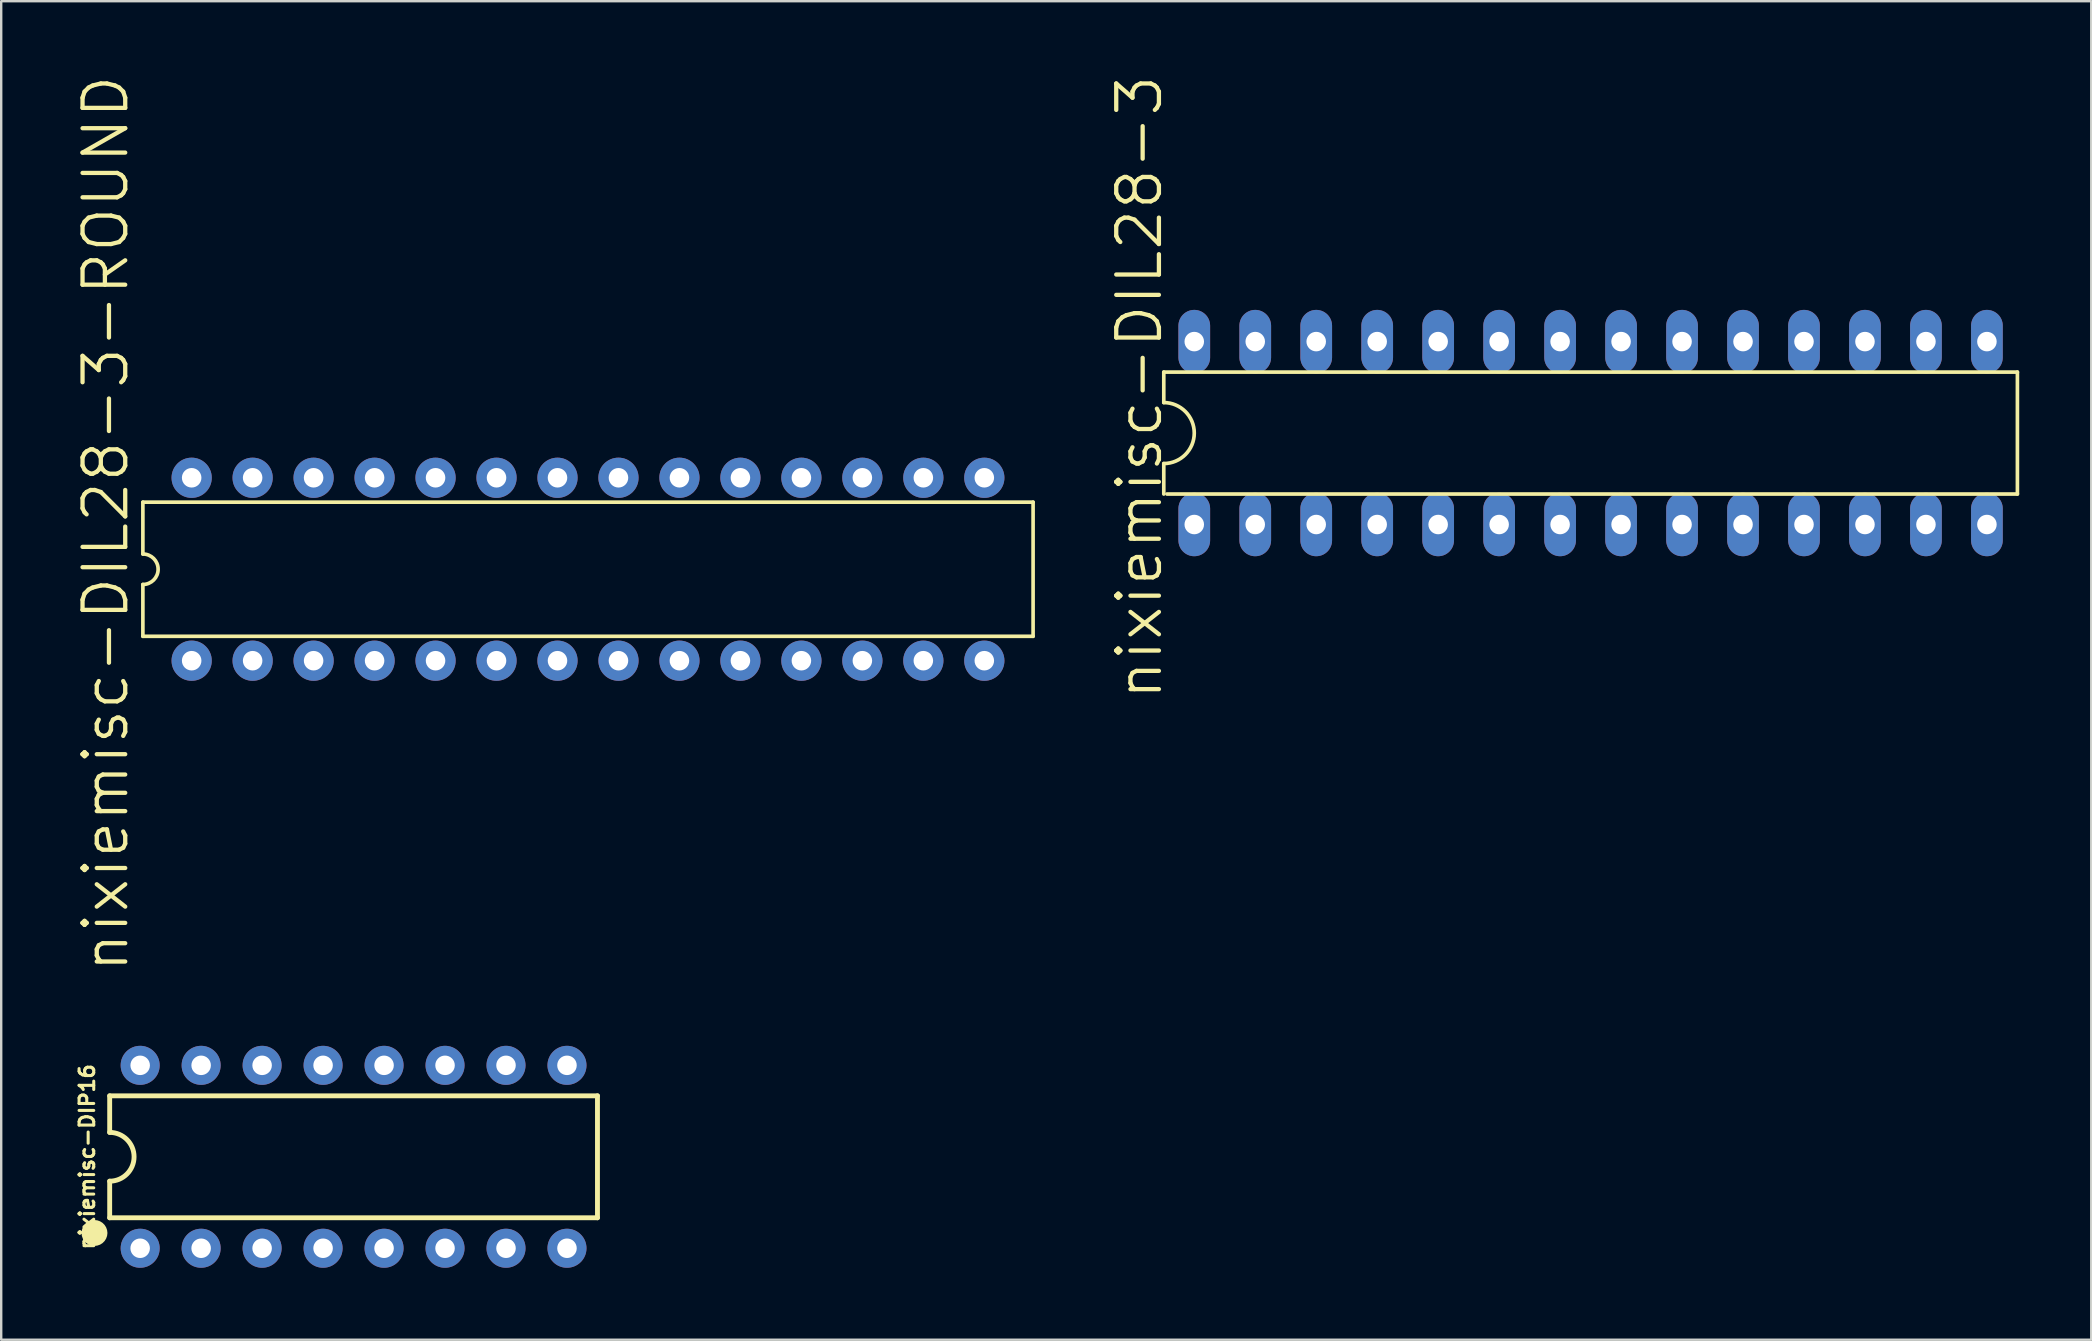
<source format=kicad_pcb>
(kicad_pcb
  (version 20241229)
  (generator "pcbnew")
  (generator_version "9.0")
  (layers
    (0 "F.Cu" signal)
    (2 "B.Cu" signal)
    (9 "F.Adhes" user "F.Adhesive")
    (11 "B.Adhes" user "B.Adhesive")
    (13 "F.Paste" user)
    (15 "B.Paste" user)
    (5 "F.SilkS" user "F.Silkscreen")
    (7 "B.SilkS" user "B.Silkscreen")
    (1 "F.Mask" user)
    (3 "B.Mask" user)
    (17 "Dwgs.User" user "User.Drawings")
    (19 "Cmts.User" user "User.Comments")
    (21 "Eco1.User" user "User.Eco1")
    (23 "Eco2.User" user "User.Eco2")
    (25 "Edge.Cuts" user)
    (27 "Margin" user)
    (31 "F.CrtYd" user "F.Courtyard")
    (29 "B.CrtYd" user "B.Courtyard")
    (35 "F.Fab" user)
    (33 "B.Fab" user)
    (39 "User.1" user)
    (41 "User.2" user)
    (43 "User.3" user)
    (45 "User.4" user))
  (footprint "nixiemisc-DIL28-3"
    (layer "F.Cu")
    (at 63.21 14.99)
    (property "Reference" "nixiemisc-DIL28-3" (at -18.796 -1.905 90) (layer "F.SilkS") (effects (font (size 1.778 1.778) (thickness 0.178))))
    (attr exclude_from_pos_files exclude_from_bom)
    (fp_line (start -17.78 -2.54) (end -17.78 -1.27) (stroke (width 0.152) (type solid)) (layer "F.SilkS"))
    (fp_line (start -17.78 -2.54) (end 17.78 -2.54) (stroke (width 0.152) (type solid)) (layer "F.SilkS"))
    (fp_line (start -17.78 1.27) (end -17.78 2.54) (stroke (width 0.152) (type solid)) (layer "F.SilkS"))
    (fp_line (start -17.65 2.54) (end 17.78 2.54) (stroke (width 0.152) (type solid)) (layer "F.SilkS"))
    (fp_line (start 17.78 2.54) (end 17.78 -2.54) (stroke (width 0.152) (type solid)) (layer "F.SilkS"))
    (fp_arc (start -17.78 -1.27) (mid -16.51 0) (end -17.78 1.27) (stroke (width 0.1524) (type solid)) (layer "F.SilkS"))
    (pad "1" thru_hole oval (at -16.51 3.81 180) (size 1.321 2.642) (drill 0.813) (layers "*.Cu" "*.Mask"))
    (pad "2" thru_hole oval (at -13.97 3.81 180) (size 1.321 2.642) (drill 0.813) (layers "*.Cu" "*.Mask"))
    (pad "3" thru_hole oval (at -11.43 3.81 180) (size 1.321 2.642) (drill 0.813) (layers "*.Cu" "*.Mask"))
    (pad "4" thru_hole oval (at -8.89 3.81 180) (size 1.321 2.642) (drill 0.813) (layers "*.Cu" "*.Mask"))
    (pad "5" thru_hole oval (at -6.35 3.81 180) (size 1.321 2.642) (drill 0.813) (layers "*.Cu" "*.Mask"))
    (pad "6" thru_hole oval (at -3.81 3.81 180) (size 1.321 2.642) (drill 0.813) (layers "*.Cu" "*.Mask"))
    (pad "7" thru_hole oval (at -1.27 3.81 180) (size 1.321 2.642) (drill 0.813) (layers "*.Cu" "*.Mask"))
    (pad "8" thru_hole oval (at 1.27 3.81 180) (size 1.321 2.642) (drill 0.813) (layers "*.Cu" "*.Mask"))
    (pad "9" thru_hole oval (at 3.81 3.81 180) (size 1.321 2.642) (drill 0.813) (layers "*.Cu" "*.Mask"))
    (pad "10" thru_hole oval (at 6.35 3.81 180) (size 1.321 2.642) (drill 0.813) (layers "*.Cu" "*.Mask"))
    (pad "11" thru_hole oval (at 8.89 3.81 180) (size 1.321 2.642) (drill 0.813) (layers "*.Cu" "*.Mask"))
    (pad "12" thru_hole oval (at 11.43 3.81 180) (size 1.321 2.642) (drill 0.813) (layers "*.Cu" "*.Mask"))
    (pad "13" thru_hole oval (at 13.97 3.81 180) (size 1.321 2.642) (drill 0.813) (layers "*.Cu" "*.Mask"))
    (pad "14" thru_hole oval (at 16.51 3.81 180) (size 1.321 2.642) (drill 0.813) (layers "*.Cu" "*.Mask"))
    (pad "15" thru_hole oval (at 16.51 -3.81 180) (size 1.321 2.642) (drill 0.813) (layers "*.Cu" "*.Mask"))
    (pad "16" thru_hole oval (at 13.97 -3.81 180) (size 1.321 2.642) (drill 0.813) (layers "*.Cu" "*.Mask"))
    (pad "17" thru_hole oval (at 11.43 -3.81 180) (size 1.321 2.642) (drill 0.813) (layers "*.Cu" "*.Mask"))
    (pad "18" thru_hole oval (at 8.89 -3.81 180) (size 1.321 2.642) (drill 0.813) (layers "*.Cu" "*.Mask"))
    (pad "19" thru_hole oval (at 6.35 -3.81 180) (size 1.321 2.642) (drill 0.813) (layers "*.Cu" "*.Mask"))
    (pad "20" thru_hole oval (at 3.81 -3.81 180) (size 1.321 2.642) (drill 0.813) (layers "*.Cu" "*.Mask"))
    (pad "21" thru_hole oval (at 1.27 -3.81 180) (size 1.321 2.642) (drill 0.813) (layers "*.Cu" "*.Mask"))
    (pad "22" thru_hole oval (at -1.27 -3.81 180) (size 1.321 2.642) (drill 0.813) (layers "*.Cu" "*.Mask"))
    (pad "23" thru_hole oval (at -3.81 -3.81 180) (size 1.321 2.642) (drill 0.813) (layers "*.Cu" "*.Mask"))
    (pad "24" thru_hole oval (at -6.35 -3.81 180) (size 1.321 2.642) (drill 0.813) (layers "*.Cu" "*.Mask"))
    (pad "25" thru_hole oval (at -8.89 -3.81 180) (size 1.321 2.642) (drill 0.813) (layers "*.Cu" "*.Mask"))
    (pad "26" thru_hole oval (at -11.43 -3.81 180) (size 1.321 2.642) (drill 0.813) (layers "*.Cu" "*.Mask"))
    (pad "27" thru_hole oval (at -13.97 -3.81 180) (size 1.321 2.642) (drill 0.813) (layers "*.Cu" "*.Mask"))
    (pad "28" thru_hole oval (at -16.51 -3.81 180) (size 1.321 2.642) (drill 0.813) (layers "*.Cu" "*.Mask")))
  (footprint "nixiemisc-DIL28-3-ROUND"
    (layer "F.Cu")
    (at 21.444 20.663)
    (property "Reference" "nixiemisc-DIL28-3-ROUND" (at -20.091 -1.905 90) (layer "F.SilkS") (effects (font (size 1.778 1.778) (thickness 0.178))))
    (attr exclude_from_pos_files exclude_from_bom)
    (fp_line (start -18.542 -2.794) (end -18.542 -0.635) (stroke (width 0.152) (type solid)) (layer "F.SilkS"))
    (fp_line (start -18.542 -2.794) (end 18.542 -2.794) (stroke (width 0.152) (type solid)) (layer "F.SilkS"))
    (fp_line (start -18.542 0.635) (end -18.542 2.794) (stroke (width 0.152) (type solid)) (layer "F.SilkS"))
    (fp_line (start -18.542 2.794) (end 18.542 2.794) (stroke (width 0.152) (type solid)) (layer "F.SilkS"))
    (fp_line (start 18.542 -2.794) (end 18.542 2.794) (stroke (width 0.152) (type solid)) (layer "F.SilkS"))
    (fp_arc (start -18.542 -0.635) (mid -17.907 0) (end -18.542 0.635) (stroke (width 0.1524) (type solid)) (layer "F.SilkS"))
    (pad "1" thru_hole circle (at -16.51 3.81) (size 1.676 1.676) (drill 0.813) (layers "*.Cu" "*.Mask"))
    (pad "2" thru_hole circle (at -13.97 3.81) (size 1.676 1.676) (drill 0.813) (layers "*.Cu" "*.Mask"))
    (pad "3" thru_hole circle (at -11.43 3.81) (size 1.676 1.676) (drill 0.813) (layers "*.Cu" "*.Mask"))
    (pad "4" thru_hole circle (at -8.89 3.81) (size 1.676 1.676) (drill 0.813) (layers "*.Cu" "*.Mask"))
    (pad "5" thru_hole circle (at -6.35 3.81) (size 1.676 1.676) (drill 0.813) (layers "*.Cu" "*.Mask"))
    (pad "6" thru_hole circle (at -3.81 3.81) (size 1.676 1.676) (drill 0.813) (layers "*.Cu" "*.Mask"))
    (pad "7" thru_hole circle (at -1.27 3.81) (size 1.676 1.676) (drill 0.813) (layers "*.Cu" "*.Mask"))
    (pad "8" thru_hole circle (at 1.27 3.81) (size 1.676 1.676) (drill 0.813) (layers "*.Cu" "*.Mask"))
    (pad "9" thru_hole circle (at 3.81 3.81) (size 1.676 1.676) (drill 0.813) (layers "*.Cu" "*.Mask"))
    (pad "10" thru_hole circle (at 6.35 3.81) (size 1.676 1.676) (drill 0.813) (layers "*.Cu" "*.Mask"))
    (pad "11" thru_hole circle (at 8.89 3.81) (size 1.676 1.676) (drill 0.813) (layers "*.Cu" "*.Mask"))
    (pad "12" thru_hole circle (at 11.43 3.81) (size 1.676 1.676) (drill 0.813) (layers "*.Cu" "*.Mask"))
    (pad "13" thru_hole circle (at 13.97 3.81) (size 1.676 1.676) (drill 0.813) (layers "*.Cu" "*.Mask"))
    (pad "14" thru_hole circle (at 16.51 3.81) (size 1.676 1.676) (drill 0.813) (layers "*.Cu" "*.Mask"))
    (pad "15" thru_hole circle (at 16.51 -3.81) (size 1.676 1.676) (drill 0.813) (layers "*.Cu" "*.Mask"))
    (pad "16" thru_hole circle (at 13.97 -3.81) (size 1.676 1.676) (drill 0.813) (layers "*.Cu" "*.Mask"))
    (pad "17" thru_hole circle (at 11.43 -3.81) (size 1.676 1.676) (drill 0.813) (layers "*.Cu" "*.Mask"))
    (pad "18" thru_hole circle (at 8.89 -3.81) (size 1.676 1.676) (drill 0.813) (layers "*.Cu" "*.Mask"))
    (pad "19" thru_hole circle (at 6.35 -3.81) (size 1.676 1.676) (drill 0.813) (layers "*.Cu" "*.Mask"))
    (pad "20" thru_hole circle (at 3.81 -3.81) (size 1.676 1.676) (drill 0.813) (layers "*.Cu" "*.Mask"))
    (pad "21" thru_hole circle (at 1.27 -3.81) (size 1.676 1.676) (drill 0.813) (layers "*.Cu" "*.Mask"))
    (pad "22" thru_hole circle (at -1.27 -3.81) (size 1.676 1.676) (drill 0.813) (layers "*.Cu" "*.Mask"))
    (pad "23" thru_hole circle (at -3.81 -3.81) (size 1.676 1.676) (drill 0.813) (layers "*.Cu" "*.Mask"))
    (pad "24" thru_hole circle (at -6.35 -3.81) (size 1.676 1.676) (drill 0.813) (layers "*.Cu" "*.Mask"))
    (pad "25" thru_hole circle (at -8.89 -3.81) (size 1.676 1.676) (drill 0.813) (layers "*.Cu" "*.Mask"))
    (pad "26" thru_hole circle (at -11.43 -3.81) (size 1.676 1.676) (drill 0.813) (layers "*.Cu" "*.Mask"))
    (pad "27" thru_hole circle (at -13.97 -3.81) (size 1.676 1.676) (drill 0.813) (layers "*.Cu" "*.Mask"))
    (pad "28" thru_hole circle (at -16.51 -3.81) (size 1.676 1.676) (drill 0.813) (layers "*.Cu" "*.Mask")))
  (footprint "nixiemisc-DIP16"
    (layer "F.Cu")
    (at 11.679 45.139)
    (property "Reference" "nixiemisc-DIP16" (at -11.1 0 90) (layer "F.SilkS") (effects (font (size 0.61 0.61) (thickness 0.127))))
    (attr exclude_from_pos_files exclude_from_bom)
    (fp_line (start -10.16 -2.54) (end -10.16 -1.016) (stroke (width 0.203) (type solid)) (layer "F.SilkS"))
    (fp_line (start -10.16 2.54) (end -10.16 1.016) (stroke (width 0.203) (type solid)) (layer "F.SilkS"))
    (fp_line (start -10.16 2.54) (end 10.16 2.54) (stroke (width 0.203) (type solid)) (layer "F.SilkS"))
    (fp_line (start 10.16 -2.54) (end -10.16 -2.54) (stroke (width 0.203) (type solid)) (layer "F.SilkS"))
    (fp_line (start 10.16 -2.54) (end 10.16 2.54) (stroke (width 0.203) (type solid)) (layer "F.SilkS"))
    (fp_arc (start -10.16 -1.016) (mid -9.144 0) (end -10.16 1.016) (stroke (width 0.2032) (type solid)) (layer "F.SilkS"))
    (fp_poly (pts (xy -11.27 3.175) (xy -11.257 3.068) (xy -11.222 2.967) (xy -11.166 2.878) (xy -11.09 2.802) (xy -11.001 2.746) (xy -10.899 2.71) (xy -10.795 2.697) (xy -10.688 2.71) (xy -10.587 2.746) (xy -10.498 2.802) (xy -10.422 2.878) (xy -10.366 2.967) (xy -10.33 3.068) (xy -10.317 3.175) (xy -10.33 3.279) (xy -10.366 3.381) (xy -10.422 3.47) (xy -10.498 3.546) (xy -10.587 3.602) (xy -10.688 3.637) (xy -10.795 3.65) (xy -10.899 3.637) (xy -11.001 3.602) (xy -11.09 3.546) (xy -11.166 3.47) (xy -11.222 3.381) (xy -11.257 3.279) (xy -11.27 3.175)) (stroke (width 0.127) (type solid)) (fill yes) (layer "F.SilkS"))
    (pad "1" thru_hole circle (at -8.89 3.81) (size 1.626 1.626) (drill 0.813) (layers "*.Cu" "*.Mask"))
    (pad "2" thru_hole circle (at -6.35 3.81) (size 1.626 1.626) (drill 0.813) (layers "*.Cu" "*.Mask"))
    (pad "3" thru_hole circle (at -3.81 3.81) (size 1.626 1.626) (drill 0.813) (layers "*.Cu" "*.Mask"))
    (pad "4" thru_hole circle (at -1.27 3.81) (size 1.626 1.626) (drill 0.813) (layers "*.Cu" "*.Mask"))
    (pad "5" thru_hole circle (at 1.27 3.81) (size 1.626 1.626) (drill 0.813) (layers "*.Cu" "*.Mask"))
    (pad "6" thru_hole circle (at 3.81 3.81) (size 1.626 1.626) (drill 0.813) (layers "*.Cu" "*.Mask"))
    (pad "7" thru_hole circle (at 6.35 3.81) (size 1.626 1.626) (drill 0.813) (layers "*.Cu" "*.Mask"))
    (pad "8" thru_hole circle (at 8.89 3.81) (size 1.626 1.626) (drill 0.813) (layers "*.Cu" "*.Mask"))
    (pad "9" thru_hole circle (at 8.89 -3.81) (size 1.626 1.626) (drill 0.813) (layers "*.Cu" "*.Mask"))
    (pad "10" thru_hole circle (at 6.35 -3.81) (size 1.626 1.626) (drill 0.813) (layers "*.Cu" "*.Mask"))
    (pad "11" thru_hole circle (at 3.81 -3.81) (size 1.626 1.626) (drill 0.813) (layers "*.Cu" "*.Mask"))
    (pad "12" thru_hole circle (at 1.27 -3.81) (size 1.626 1.626) (drill 0.813) (layers "*.Cu" "*.Mask"))
    (pad "13" thru_hole circle (at -1.27 -3.81) (size 1.626 1.626) (drill 0.813) (layers "*.Cu" "*.Mask"))
    (pad "14" thru_hole circle (at -3.81 -3.81) (size 1.626 1.626) (drill 0.813) (layers "*.Cu" "*.Mask"))
    (pad "15" thru_hole circle (at -6.35 -3.81) (size 1.626 1.626) (drill 0.813) (layers "*.Cu" "*.Mask"))
    (pad "16" thru_hole circle (at -8.89 -3.81) (size 1.626 1.626) (drill 0.813) (layers "*.Cu" "*.Mask")))
  (gr_rect
    (start -3 -3)
    (end 84.066 52.761)
    (stroke (width 0.1) (type default))
    (fill no)
    (layer "Edge.Cuts")))
</source>
